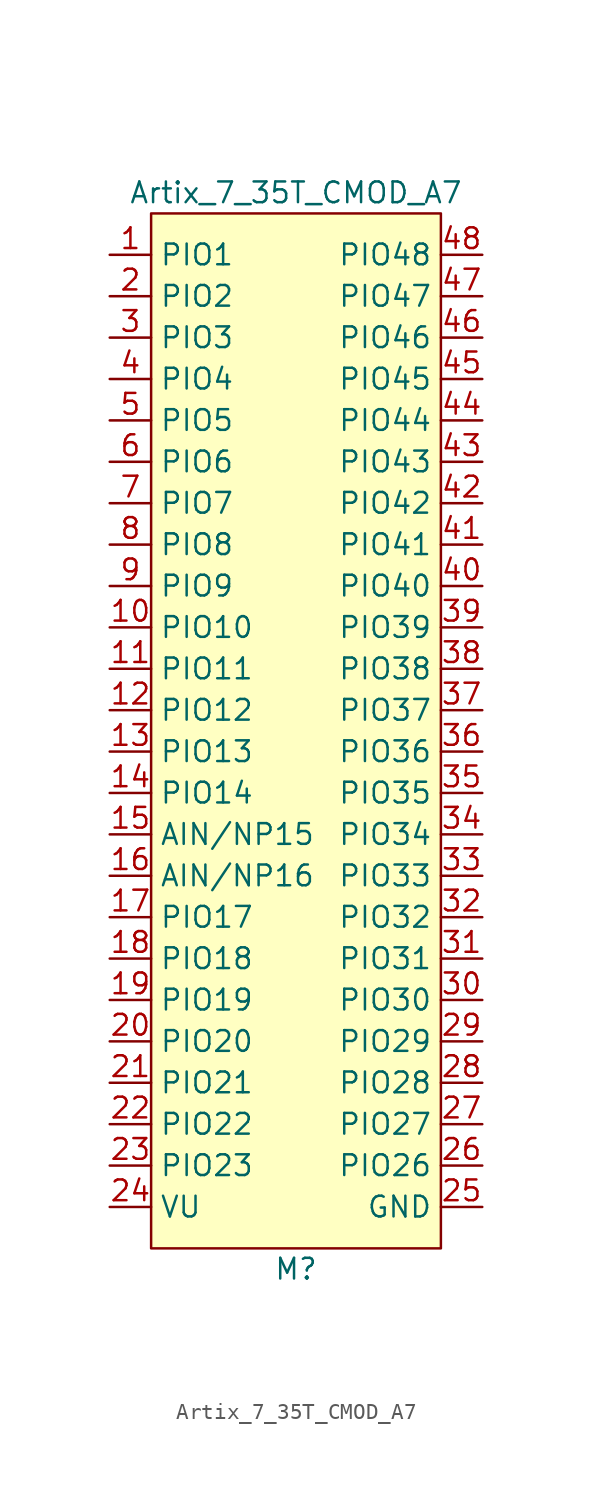
<source format=kicad_sym>
(kicad_symbol_lib
  (version 20241209)
  (generator "kicad_symbol_editor")
  (generator_version "9.0")
  (symbol "Artix_7_35T_CMOD_A7"
    (property "Reference" "M"
      (at 8.89 -62.23 0)
      (effects (font (size 1.27 1.27))))
    (property "Value" "Artix_7_35T_CMOD_A7"
      (at 8.89 3.81 0)
      (effects (font (size 1.27 1.27))))
    (symbol "Artix_7_35T_CMOD_A7_0_1"
      (rectangle (start 0 2.54) (end 17.78 -60.96) (stroke (width 0) (type default)) (fill (type background))))
    (symbol "Artix_7_35T_CMOD_A7_1_1"
      (pin bidirectional line (at -2.54 0 0) (length 2.54) (name "PIO1" (effects (font (size 1.27 1.27)))) (number "1" (effects (font (size 1.27 1.27)))))
      (pin bidirectional line (at -2.54 -2.54 0) (length 2.54) (name "PIO2" (effects (font (size 1.27 1.27)))) (number "2" (effects (font (size 1.27 1.27)))))
      (pin bidirectional line (at -2.54 -5.08 0) (length 2.54) (name "PIO3" (effects (font (size 1.27 1.27)))) (number "3" (effects (font (size 1.27 1.27)))))
      (pin bidirectional line (at -2.54 -7.62 0) (length 2.54) (name "PIO4" (effects (font (size 1.27 1.27)))) (number "4" (effects (font (size 1.27 1.27)))))
      (pin bidirectional line (at -2.54 -10.16 0) (length 2.54) (name "PIO5" (effects (font (size 1.27 1.27)))) (number "5" (effects (font (size 1.27 1.27)))))
      (pin bidirectional line (at -2.54 -12.7 0) (length 2.54) (name "PIO6" (effects (font (size 1.27 1.27)))) (number "6" (effects (font (size 1.27 1.27)))))
      (pin bidirectional line (at -2.54 -15.24 0) (length 2.54) (name "PIO7" (effects (font (size 1.27 1.27)))) (number "7" (effects (font (size 1.27 1.27)))))
      (pin bidirectional line (at -2.54 -17.78 0) (length 2.54) (name "PIO8" (effects (font (size 1.27 1.27)))) (number "8" (effects (font (size 1.27 1.27)))))
      (pin bidirectional line (at -2.54 -20.32 0) (length 2.54) (name "PIO9" (effects (font (size 1.27 1.27)))) (number "9" (effects (font (size 1.27 1.27)))))
      (pin bidirectional line (at -2.54 -22.86 0) (length 2.54) (name "PIO10" (effects (font (size 1.27 1.27)))) (number "10" (effects (font (size 1.27 1.27)))))
      (pin bidirectional line (at -2.54 -25.4 0) (length 2.54) (name "PIO11" (effects (font (size 1.27 1.27)))) (number "11" (effects (font (size 1.27 1.27)))))
      (pin bidirectional line (at -2.54 -27.94 0) (length 2.54) (name "PIO12" (effects (font (size 1.27 1.27)))) (number "12" (effects (font (size 1.27 1.27)))))
      (pin bidirectional line (at -2.54 -30.48 0) (length 2.54) (name "PIO13" (effects (font (size 1.27 1.27)))) (number "13" (effects (font (size 1.27 1.27)))))
      (pin bidirectional line (at -2.54 -33.02 0) (length 2.54) (name "PIO14" (effects (font (size 1.27 1.27)))) (number "14" (effects (font (size 1.27 1.27)))))
      (pin input line (at -2.54 -35.56 0) (length 2.54) (name "AIN/NP15" (effects (font (size 1.27 1.27)))) (number "15" (effects (font (size 1.27 1.27)))))
      (pin input line (at -2.54 -38.1 0) (length 2.54) (name "AIN/NP16" (effects (font (size 1.27 1.27)))) (number "16" (effects (font (size 1.27 1.27)))))
      (pin bidirectional line (at -2.54 -40.64 0) (length 2.54) (name "PIO17" (effects (font (size 1.27 1.27)))) (number "17" (effects (font (size 1.27 1.27)))))
      (pin bidirectional line (at -2.54 -43.18 0) (length 2.54) (name "PIO18" (effects (font (size 1.27 1.27)))) (number "18" (effects (font (size 1.27 1.27)))))
      (pin bidirectional line (at -2.54 -45.72 0) (length 2.54) (name "PIO19" (effects (font (size 1.27 1.27)))) (number "19" (effects (font (size 1.27 1.27)))))
      (pin bidirectional line (at -2.54 -48.26 0) (length 2.54) (name "PIO20" (effects (font (size 1.27 1.27)))) (number "20" (effects (font (size 1.27 1.27)))))
      (pin bidirectional line (at -2.54 -50.8 0) (length 2.54) (name "PIO21" (effects (font (size 1.27 1.27)))) (number "21" (effects (font (size 1.27 1.27)))))
      (pin bidirectional line (at -2.54 -53.34 0) (length 2.54) (name "PIO22" (effects (font (size 1.27 1.27)))) (number "22" (effects (font (size 1.27 1.27)))))
      (pin bidirectional line (at -2.54 -55.88 0) (length 2.54) (name "PIO23" (effects (font (size 1.27 1.27)))) (number "23" (effects (font (size 1.27 1.27)))))
      (pin power_in line (at -2.54 -58.42 0) (length 2.54) (name "VU" (effects (font (size 1.27 1.27)))) (number "24" (effects (font (size 1.27 1.27)))))
      (pin bidirectional line (at 20.32 0 180) (length 2.54) (name "PIO48" (effects (font (size 1.27 1.27)))) (number "48" (effects (font (size 1.27 1.27)))))
      (pin bidirectional line (at 20.32 -2.54 180) (length 2.54) (name "PIO47" (effects (font (size 1.27 1.27)))) (number "47" (effects (font (size 1.27 1.27)))))
      (pin bidirectional line (at 20.32 -5.08 180) (length 2.54) (name "PIO46" (effects (font (size 1.27 1.27)))) (number "46" (effects (font (size 1.27 1.27)))))
      (pin bidirectional line (at 20.32 -7.62 180) (length 2.54) (name "PIO45" (effects (font (size 1.27 1.27)))) (number "45" (effects (font (size 1.27 1.27)))))
      (pin bidirectional line (at 20.32 -10.16 180) (length 2.54) (name "PIO44" (effects (font (size 1.27 1.27)))) (number "44" (effects (font (size 1.27 1.27)))))
      (pin bidirectional line (at 20.32 -12.7 180) (length 2.54) (name "PIO43" (effects (font (size 1.27 1.27)))) (number "43" (effects (font (size 1.27 1.27)))))
      (pin bidirectional line (at 20.32 -15.24 180) (length 2.54) (name "PIO42" (effects (font (size 1.27 1.27)))) (number "42" (effects (font (size 1.27 1.27)))))
      (pin bidirectional line (at 20.32 -17.78 180) (length 2.54) (name "PIO41" (effects (font (size 1.27 1.27)))) (number "41" (effects (font (size 1.27 1.27)))))
      (pin bidirectional line (at 20.32 -20.32 180) (length 2.54) (name "PIO40" (effects (font (size 1.27 1.27)))) (number "40" (effects (font (size 1.27 1.27)))))
      (pin bidirectional line (at 20.32 -22.86 180) (length 2.54) (name "PIO39" (effects (font (size 1.27 1.27)))) (number "39" (effects (font (size 1.27 1.27)))))
      (pin bidirectional line (at 20.32 -25.4 180) (length 2.54) (name "PIO38" (effects (font (size 1.27 1.27)))) (number "38" (effects (font (size 1.27 1.27)))))
      (pin bidirectional line (at 20.32 -27.94 180) (length 2.54) (name "PIO37" (effects (font (size 1.27 1.27)))) (number "37" (effects (font (size 1.27 1.27)))))
      (pin bidirectional line (at 20.32 -30.48 180) (length 2.54) (name "PIO36" (effects (font (size 1.27 1.27)))) (number "36" (effects (font (size 1.27 1.27)))))
      (pin bidirectional line (at 20.32 -33.02 180) (length 2.54) (name "PIO35" (effects (font (size 1.27 1.27)))) (number "35" (effects (font (size 1.27 1.27)))))
      (pin bidirectional line (at 20.32 -35.56 180) (length 2.54) (name "PIO34" (effects (font (size 1.27 1.27)))) (number "34" (effects (font (size 1.27 1.27)))))
      (pin bidirectional line (at 20.32 -38.1 180) (length 2.54) (name "PIO33" (effects (font (size 1.27 1.27)))) (number "33" (effects (font (size 1.27 1.27)))))
      (pin bidirectional line (at 20.32 -40.64 180) (length 2.54) (name "PIO32" (effects (font (size 1.27 1.27)))) (number "32" (effects (font (size 1.27 1.27)))))
      (pin bidirectional line (at 20.32 -43.18 180) (length 2.54) (name "PIO31" (effects (font (size 1.27 1.27)))) (number "31" (effects (font (size 1.27 1.27)))))
      (pin bidirectional line (at 20.32 -45.72 180) (length 2.54) (name "PIO30" (effects (font (size 1.27 1.27)))) (number "30" (effects (font (size 1.27 1.27)))))
      (pin bidirectional line (at 20.32 -48.26 180) (length 2.54) (name "PIO29" (effects (font (size 1.27 1.27)))) (number "29" (effects (font (size 1.27 1.27)))))
      (pin bidirectional line (at 20.32 -50.8 180) (length 2.54) (name "PIO28" (effects (font (size 1.27 1.27)))) (number "28" (effects (font (size 1.27 1.27)))))
      (pin bidirectional line (at 20.32 -53.34 180) (length 2.54) (name "PIO27" (effects (font (size 1.27 1.27)))) (number "27" (effects (font (size 1.27 1.27)))))
      (pin bidirectional line (at 20.32 -55.88 180) (length 2.54) (name "PIO26" (effects (font (size 1.27 1.27)))) (number "26" (effects (font (size 1.27 1.27)))))
      (pin power_in line (at 20.32 -58.42 180) (length 2.54) (name "GND" (effects (font (size 1.27 1.27)))) (number "25" (effects (font (size 1.27 1.27))))))))
</source>
